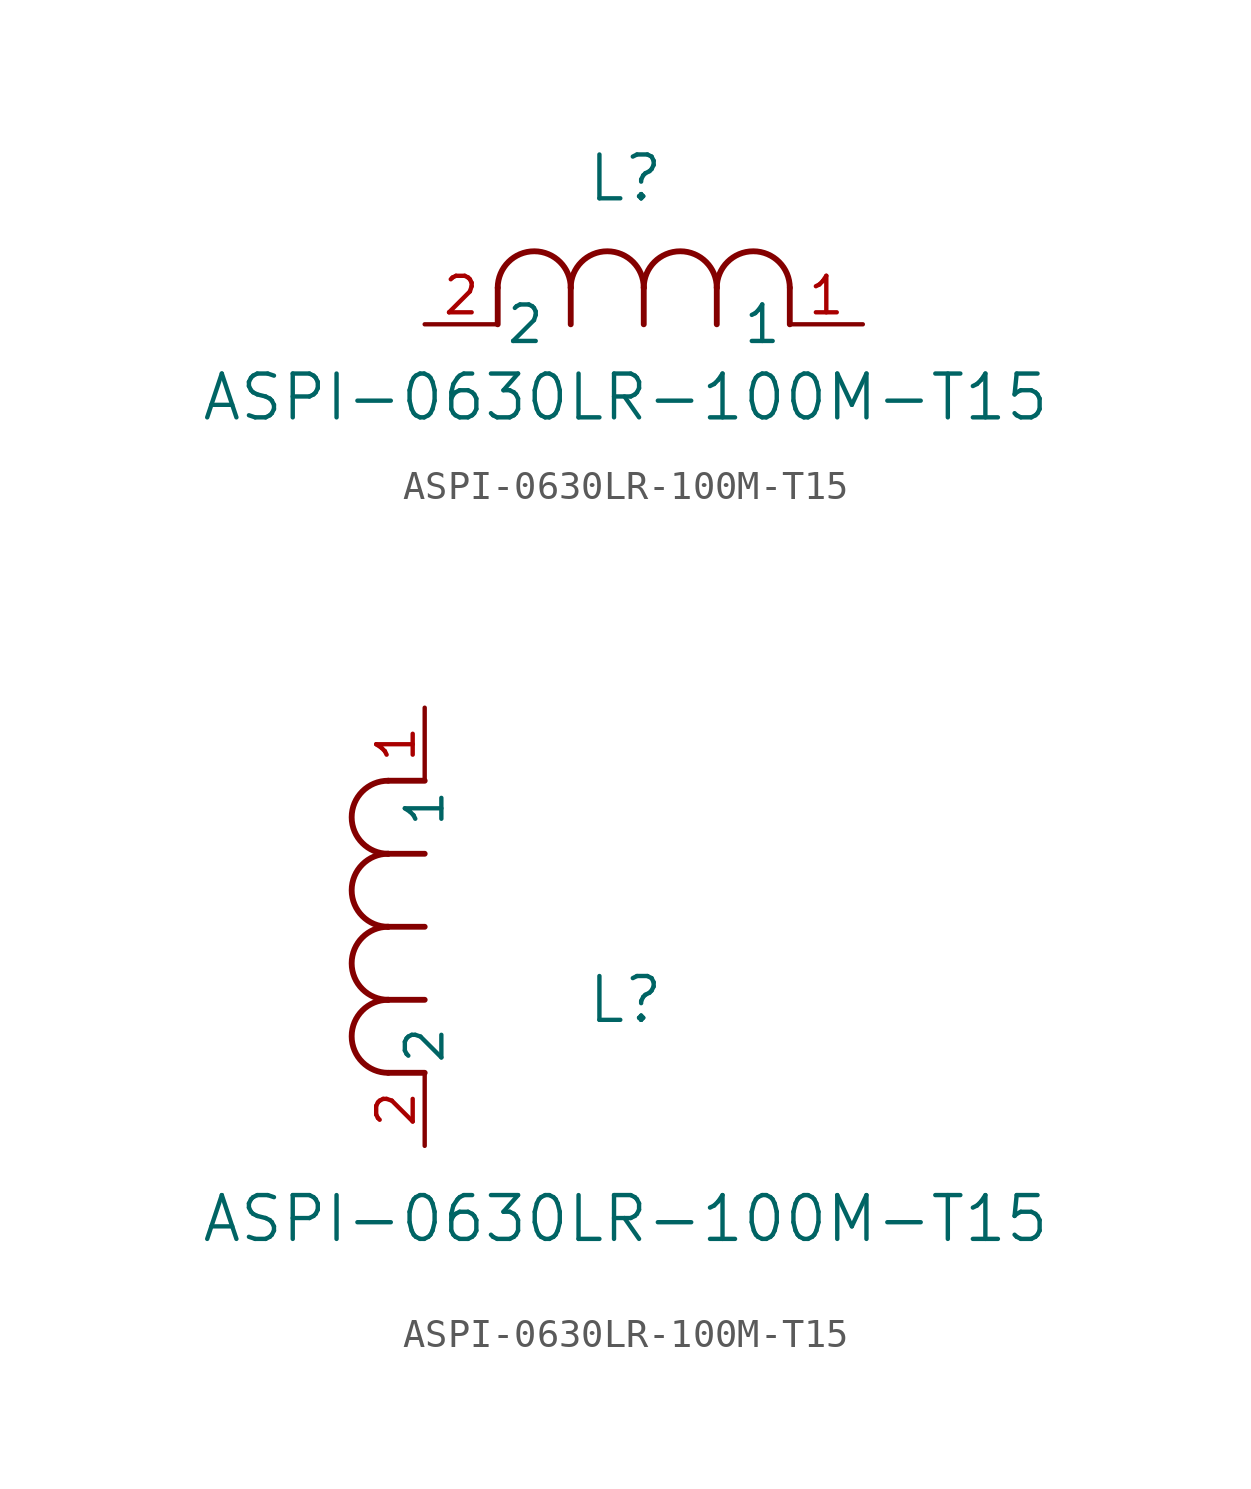
<source format=kicad_sym>
(kicad_symbol_lib
  (version 20211014)
  (generator kicad_symbol_editor)
  (symbol "ASPI-0630LR-100M-T15"
    (pin_names
      (offset 0.254))
    (property "Reference" "L"
      (at 6.985 5.08 0)
      (effects (font (size 1.524 1.524))))
    (property "Value" "ASPI-0630LR-100M-T15"
      (at 6.985 -2.54 0)
      (effects (font (size 1.524 1.524))))
    (symbol "ASPI-0630LR-100M-T15_1_1"
      (arc (start 7.62 1.27) (mid 6.35 2.54) (end 5.08 1.27) (stroke (width 0.2032) (type default) (color 0 0 0 0)) (fill (type none)))
      (polyline (pts (xy 5.08 0) (xy 5.08 1.27)) (stroke (width 0.203) (type default) (color 0 0 0 0)) (fill (type none)))
      (polyline (pts (xy 7.62 0) (xy 7.62 1.27)) (stroke (width 0.203) (type default) (color 0 0 0 0)) (fill (type none)))
      (polyline (pts (xy 12.7 0) (xy 12.7 1.27)) (stroke (width 0.203) (type default) (color 0 0 0 0)) (fill (type none)))
      (arc (start 5.08 1.27) (mid 3.81 2.54) (end 2.54 1.27) (stroke (width 0.2032) (type default) (color 0 0 0 0)) (fill (type none)))
      (arc (start 10.16 1.27) (mid 8.89 2.54) (end 7.62 1.27) (stroke (width 0.2032) (type default) (color 0 0 0 0)) (fill (type none)))
      (arc (start 12.7 1.27) (mid 11.43 2.54) (end 10.16 1.27) (stroke (width 0.2032) (type default) (color 0 0 0 0)) (fill (type none)))
      (polyline (pts (xy 2.54 0) (xy 2.54 1.27)) (stroke (width 0.203) (type default) (color 0 0 0 0)) (fill (type none)))
      (polyline (pts (xy 10.16 0) (xy 10.16 1.27)) (stroke (width 0.203) (type default) (color 0 0 0 0)) (fill (type none)))
      (pin unspecified line (at 0 0 0) (length 2.54) (name "2" (effects (font (size 1.27 1.27)))) (number "2" (effects (font (size 1.27 1.27)))))
      (pin unspecified line (at 15.24 0 180) (length 2.54) (name "1" (effects (font (size 1.27 1.27)))) (number "1" (effects (font (size 1.27 1.27))))))
    (symbol "ASPI-0630LR-100M-T15_1_2"
      (arc (start -1.27 7.62) (mid -2.54 6.35) (end -1.27 5.08) (stroke (width 0.2032) (type default) (color 0 0 0 0)) (fill (type none)))
      (arc (start -1.27 5.08) (mid -2.54 3.81) (end -1.27 2.54) (stroke (width 0.2032) (type default) (color 0 0 0 0)) (fill (type none)))
      (arc (start -1.27 12.7) (mid -2.54 11.43) (end -1.27 10.16) (stroke (width 0.2032) (type default) (color 0 0 0 0)) (fill (type none)))
      (arc (start -1.27 10.16) (mid -2.54 8.89) (end -1.27 7.62) (stroke (width 0.2032) (type default) (color 0 0 0 0)) (fill (type none)))
      (polyline (pts (xy 0 7.62) (xy -1.27 7.62)) (stroke (width 0.203) (type default) (color 0 0 0 0)) (fill (type none)))
      (polyline (pts (xy 0 5.08) (xy -1.27 5.08)) (stroke (width 0.203) (type default) (color 0 0 0 0)) (fill (type none)))
      (polyline (pts (xy 0 12.7) (xy -1.27 12.7)) (stroke (width 0.203) (type default) (color 0 0 0 0)) (fill (type none)))
      (polyline (pts (xy 0 2.54) (xy -1.27 2.54)) (stroke (width 0.203) (type default) (color 0 0 0 0)) (fill (type none)))
      (polyline (pts (xy 0 10.16) (xy -1.27 10.16)) (stroke (width 0.203) (type default) (color 0 0 0 0)) (fill (type none)))
      (pin unspecified line (at 0 0 90) (length 2.54) (name "2" (effects (font (size 1.27 1.27)))) (number "2" (effects (font (size 1.27 1.27)))))
      (pin unspecified line (at 0 15.24 270) (length 2.54) (name "1" (effects (font (size 1.27 1.27)))) (number "1" (effects (font (size 1.27 1.27))))))))
</source>
